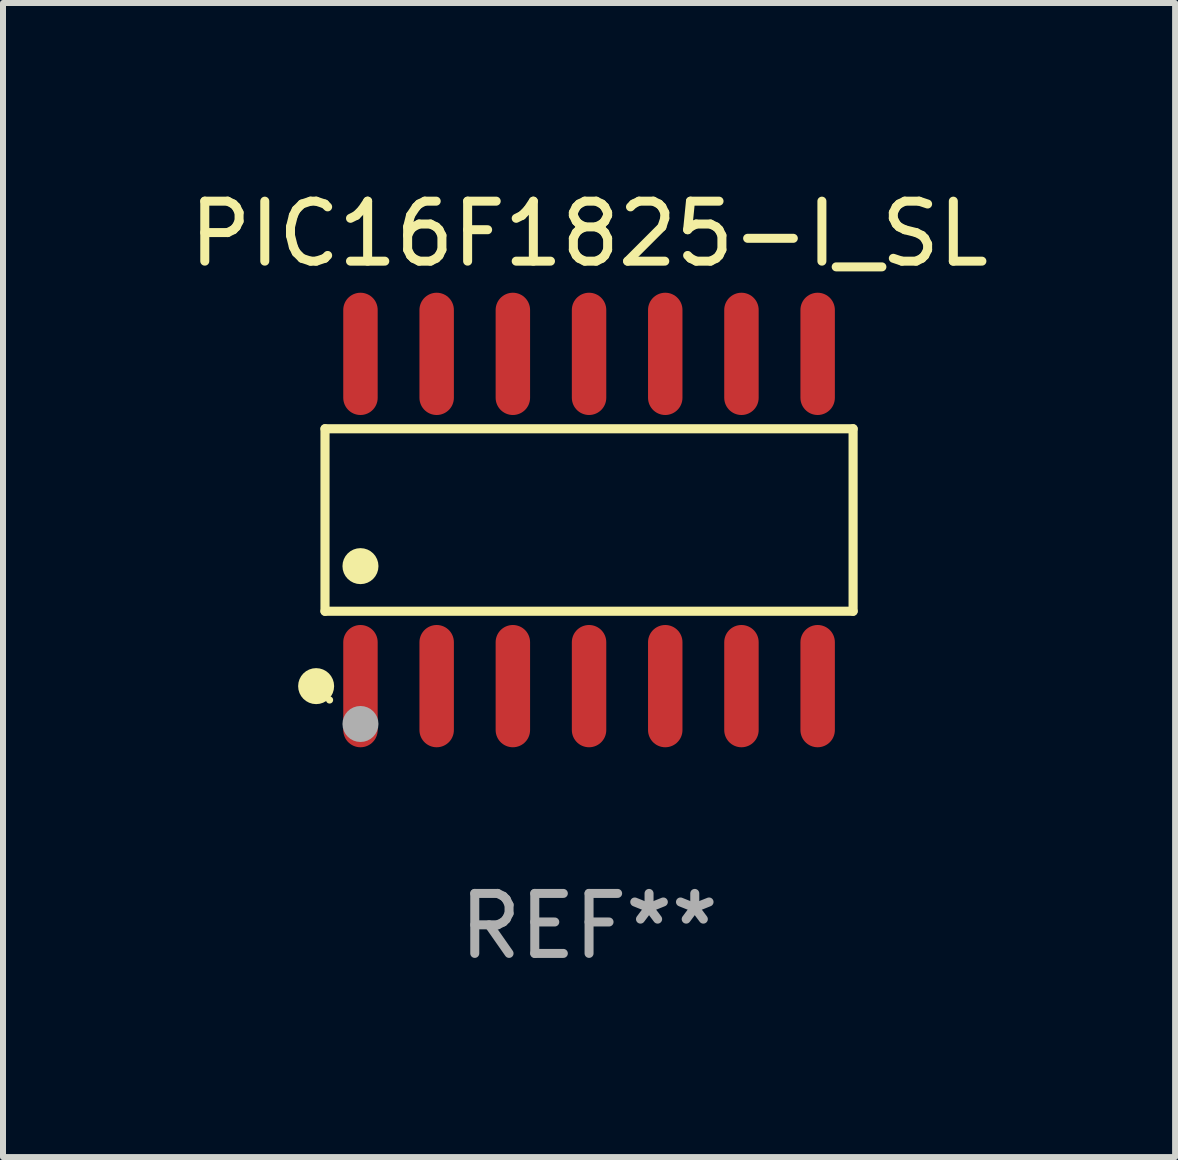
<source format=kicad_pcb>
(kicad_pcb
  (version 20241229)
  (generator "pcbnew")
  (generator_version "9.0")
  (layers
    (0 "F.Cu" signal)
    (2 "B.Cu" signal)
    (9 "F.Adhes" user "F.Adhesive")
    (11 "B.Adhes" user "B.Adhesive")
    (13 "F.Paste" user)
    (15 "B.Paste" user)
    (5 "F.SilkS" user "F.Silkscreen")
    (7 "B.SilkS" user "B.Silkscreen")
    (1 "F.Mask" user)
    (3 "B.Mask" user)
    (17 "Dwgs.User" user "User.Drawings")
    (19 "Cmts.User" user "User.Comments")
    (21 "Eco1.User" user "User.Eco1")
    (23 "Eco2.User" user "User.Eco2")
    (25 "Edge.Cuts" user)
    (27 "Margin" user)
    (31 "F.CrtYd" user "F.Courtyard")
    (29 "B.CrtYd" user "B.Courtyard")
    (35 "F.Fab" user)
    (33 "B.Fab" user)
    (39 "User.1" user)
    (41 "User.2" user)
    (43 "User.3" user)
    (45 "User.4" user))
  (footprint "PIC16F1825-I_SL"
    (layer "F.Cu")
    (at 6.768 5.617)
    (property "Reference" "PIC16F1825-I_SL" (at 0 -4.769 0) (layer "F.SilkS") (effects (font (size 1 1) (thickness 0.15))))
    (attr through_hole)
    (fp_line (start -4.401 -1.521) (end 4.401 -1.521) (stroke (width 0.152) (type solid)) (layer "F.SilkS"))
    (fp_line (start -4.401 1.521) (end -4.401 -1.521) (stroke (width 0.152) (type solid)) (layer "F.SilkS"))
    (fp_line (start 4.401 -1.521) (end 4.401 1.521) (stroke (width 0.152) (type solid)) (layer "F.SilkS"))
    (fp_line (start 4.401 1.521) (end -4.401 1.521) (stroke (width 0.152) (type solid)) (layer "F.SilkS"))
    (fp_circle (center -4.549 2.769) (end -4.399 2.769) (stroke (width 0.3) (type solid)) (fill no) (layer "F.SilkS"))
    (fp_circle (center -4.325 3) (end -4.295 3) (stroke (width 0.06) (type solid)) (fill no) (layer "F.SilkS"))
    (fp_circle (center -3.81 0.769) (end -3.66 0.769) (stroke (width 0.3) (type solid)) (fill no) (layer "F.SilkS"))
    (fp_circle (center -3.81 3.4) (end -3.66 3.4) (stroke (width 0.3) (type solid)) (fill no) (layer "F.Fab"))
    (fp_text user "REF**" (at 0 6.769 0) (layer "F.Fab") (effects (font (size 1 1) (thickness 0.15))))
    (pad "1" smd oval (at -3.81 2.769) (size 0.574 2.038) (layers "F.Cu" "F.Mask" "F.Paste"))
    (pad "2" smd oval (at -2.54 2.769) (size 0.574 2.038) (layers "F.Cu" "F.Mask" "F.Paste"))
    (pad "3" smd oval (at -1.27 2.769) (size 0.574 2.038) (layers "F.Cu" "F.Mask" "F.Paste"))
    (pad "4" smd oval (at 0 2.769) (size 0.574 2.038) (layers "F.Cu" "F.Mask" "F.Paste"))
    (pad "5" smd oval (at 1.27 2.769) (size 0.574 2.038) (layers "F.Cu" "F.Mask" "F.Paste"))
    (pad "6" smd oval (at 2.54 2.769) (size 0.574 2.038) (layers "F.Cu" "F.Mask" "F.Paste"))
    (pad "7" smd oval (at 3.81 2.769) (size 0.574 2.038) (layers "F.Cu" "F.Mask" "F.Paste"))
    (pad "8" smd oval (at 3.81 -2.769) (size 0.574 2.038) (layers "F.Cu" "F.Mask" "F.Paste"))
    (pad "9" smd oval (at 2.54 -2.769) (size 0.574 2.038) (layers "F.Cu" "F.Mask" "F.Paste"))
    (pad "10" smd oval (at 1.27 -2.769) (size 0.574 2.038) (layers "F.Cu" "F.Mask" "F.Paste"))
    (pad "11" smd oval (at 0 -2.769) (size 0.574 2.038) (layers "F.Cu" "F.Mask" "F.Paste"))
    (pad "12" smd oval (at -1.27 -2.769) (size 0.574 2.038) (layers "F.Cu" "F.Mask" "F.Paste"))
    (pad "13" smd oval (at -2.54 -2.769) (size 0.574 2.038) (layers "F.Cu" "F.Mask" "F.Paste"))
    (pad "14" smd oval (at -3.81 -2.769) (size 0.574 2.038) (layers "F.Cu" "F.Mask" "F.Paste")))
  (gr_rect
    (start -3 -3)
    (end 16.536 16.235)
    (stroke (width 0.1) (type default))
    (fill no)
    (layer "Edge.Cuts")))
</source>
